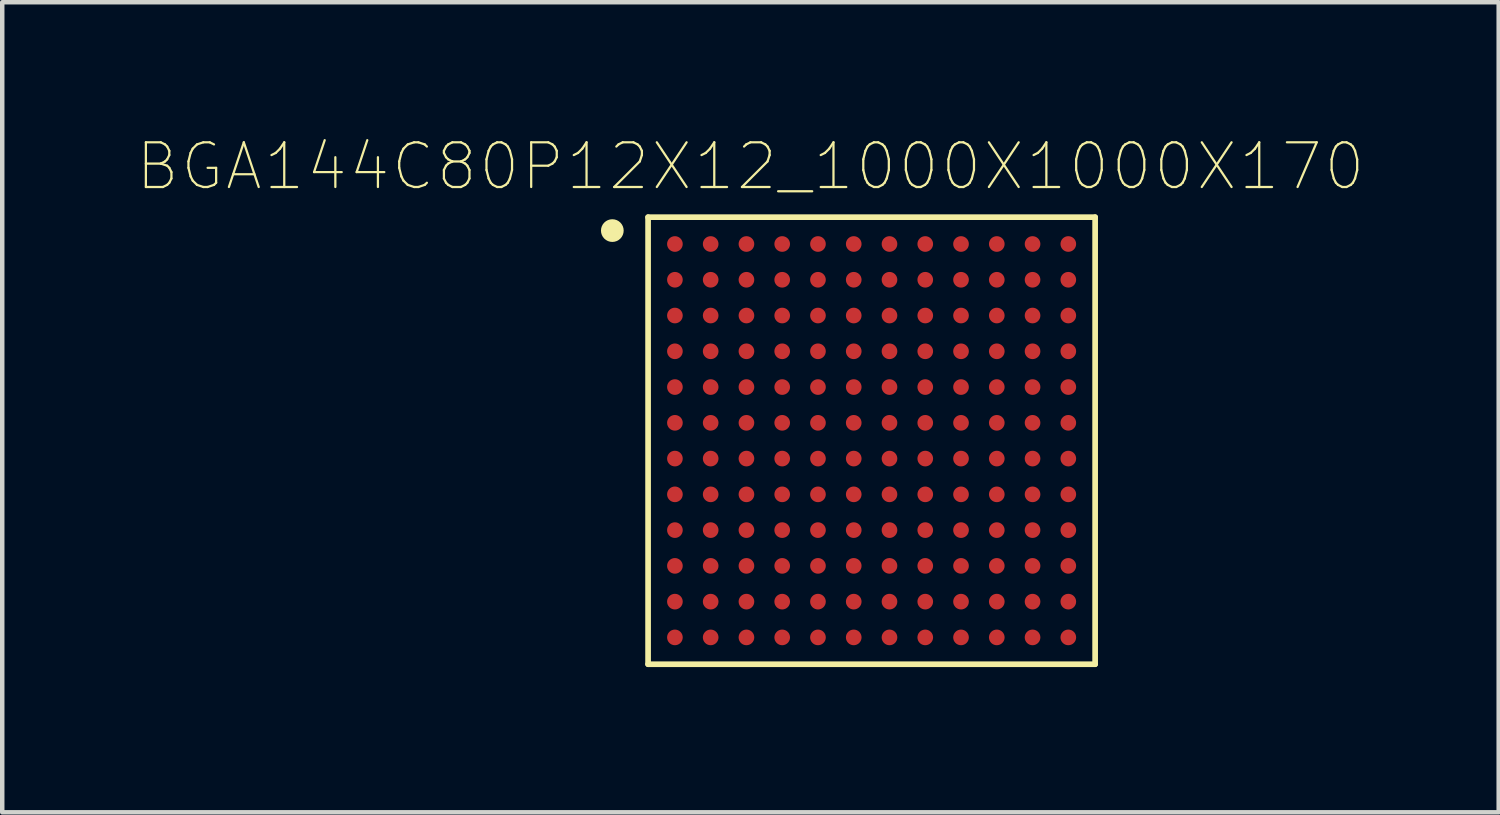
<source format=kicad_pcb>
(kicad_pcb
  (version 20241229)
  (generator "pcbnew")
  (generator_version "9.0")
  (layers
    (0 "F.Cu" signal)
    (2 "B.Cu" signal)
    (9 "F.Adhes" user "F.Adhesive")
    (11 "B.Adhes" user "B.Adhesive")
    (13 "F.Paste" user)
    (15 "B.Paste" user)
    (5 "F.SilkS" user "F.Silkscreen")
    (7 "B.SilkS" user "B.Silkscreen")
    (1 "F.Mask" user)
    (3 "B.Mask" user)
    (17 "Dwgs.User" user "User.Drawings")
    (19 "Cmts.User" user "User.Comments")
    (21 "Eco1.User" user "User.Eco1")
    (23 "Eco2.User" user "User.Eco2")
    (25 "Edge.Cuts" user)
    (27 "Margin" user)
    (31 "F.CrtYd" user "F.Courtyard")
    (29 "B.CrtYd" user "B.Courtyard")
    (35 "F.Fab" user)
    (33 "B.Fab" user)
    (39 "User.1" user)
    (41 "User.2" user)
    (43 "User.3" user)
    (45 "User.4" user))
  (footprint "BGA144C80P12X12_1000X1000X170"
    (layer "F.Cu")
    (at 16.447 6.808)
    (property "Reference" "BGA144C80P12X12_1000X1000X170" (at -2.71 -6.135 0) (layer "F.SilkS") (effects (font (size 1 1) (thickness 0.05))))
    (attr smd)
    (fp_line (start -5 -5) (end 5 -5) (stroke (width 0.127) (type solid)) (layer "F.SilkS"))
    (fp_line (start -5 5) (end -5 -5) (stroke (width 0.127) (type solid)) (layer "F.SilkS"))
    (fp_line (start 5 -5) (end 5 5) (stroke (width 0.127) (type solid)) (layer "F.SilkS"))
    (fp_line (start 5 5) (end -5 5) (stroke (width 0.127) (type solid)) (layer "F.SilkS"))
    (fp_circle (center -5.8 -4.7) (end -5.546 -4.7) (stroke (width 0) (type solid)) (fill yes) (layer "F.SilkS"))
    (fp_line (start -5.25 -5.25) (end 5.25 -5.25) (stroke (width 0.127) (type solid)) (layer "Eco1.User"))
    (fp_line (start -5.25 5.25) (end -5.25 -5.25) (stroke (width 0.127) (type solid)) (layer "Eco1.User"))
    (fp_line (start 5.25 -5.25) (end 5.25 5.25) (stroke (width 0.127) (type solid)) (layer "Eco1.User"))
    (fp_line (start 5.25 5.25) (end -5.25 5.25) (stroke (width 0.127) (type solid)) (layer "Eco1.User"))
    (fp_poly (pts (xy -5 -5) (xy -3.75 -5) (xy -3.75 -3.75) (xy -5 -3.75)) (stroke (width 0.1) (type solid)) (fill no) (layer "Eco2.User"))
    (pad "A1" smd circle (at -4.4 -4.4) (size 0.35 0.35) (layers "F.Cu" "F.Mask" "F.Paste"))
    (pad "A2" smd circle (at -3.6 -4.4) (size 0.35 0.35) (layers "F.Cu" "F.Mask" "F.Paste"))
    (pad "A3" smd circle (at -2.8 -4.4) (size 0.35 0.35) (layers "F.Cu" "F.Mask" "F.Paste"))
    (pad "A4" smd circle (at -2 -4.4) (size 0.35 0.35) (layers "F.Cu" "F.Mask" "F.Paste"))
    (pad "A5" smd circle (at -1.2 -4.4) (size 0.35 0.35) (layers "F.Cu" "F.Mask" "F.Paste"))
    (pad "A6" smd circle (at -0.4 -4.4) (size 0.35 0.35) (layers "F.Cu" "F.Mask" "F.Paste"))
    (pad "A7" smd circle (at 0.4 -4.4) (size 0.35 0.35) (layers "F.Cu" "F.Mask" "F.Paste"))
    (pad "A8" smd circle (at 1.2 -4.4) (size 0.35 0.35) (layers "F.Cu" "F.Mask" "F.Paste"))
    (pad "A9" smd circle (at 2 -4.4) (size 0.35 0.35) (layers "F.Cu" "F.Mask" "F.Paste"))
    (pad "A10" smd circle (at 2.8 -4.4) (size 0.35 0.35) (layers "F.Cu" "F.Mask" "F.Paste"))
    (pad "A11" smd circle (at 3.6 -4.4) (size 0.35 0.35) (layers "F.Cu" "F.Mask" "F.Paste"))
    (pad "A12" smd circle (at 4.4 -4.4) (size 0.35 0.35) (layers "F.Cu" "F.Mask" "F.Paste"))
    (pad "B1" smd circle (at -4.4 -3.6) (size 0.35 0.35) (layers "F.Cu" "F.Mask" "F.Paste"))
    (pad "B2" smd circle (at -3.6 -3.6) (size 0.35 0.35) (layers "F.Cu" "F.Mask" "F.Paste"))
    (pad "B3" smd circle (at -2.8 -3.6) (size 0.35 0.35) (layers "F.Cu" "F.Mask" "F.Paste"))
    (pad "B4" smd circle (at -2 -3.6) (size 0.35 0.35) (layers "F.Cu" "F.Mask" "F.Paste"))
    (pad "B5" smd circle (at -1.2 -3.6) (size 0.35 0.35) (layers "F.Cu" "F.Mask" "F.Paste"))
    (pad "B6" smd circle (at -0.4 -3.6) (size 0.35 0.35) (layers "F.Cu" "F.Mask" "F.Paste"))
    (pad "B7" smd circle (at 0.4 -3.6) (size 0.35 0.35) (layers "F.Cu" "F.Mask" "F.Paste"))
    (pad "B8" smd circle (at 1.2 -3.6) (size 0.35 0.35) (layers "F.Cu" "F.Mask" "F.Paste"))
    (pad "B9" smd circle (at 2 -3.6) (size 0.35 0.35) (layers "F.Cu" "F.Mask" "F.Paste"))
    (pad "B10" smd circle (at 2.8 -3.6) (size 0.35 0.35) (layers "F.Cu" "F.Mask" "F.Paste"))
    (pad "B11" smd circle (at 3.6 -3.6) (size 0.35 0.35) (layers "F.Cu" "F.Mask" "F.Paste"))
    (pad "B12" smd circle (at 4.4 -3.6) (size 0.35 0.35) (layers "F.Cu" "F.Mask" "F.Paste"))
    (pad "C1" smd circle (at -4.4 -2.8) (size 0.35 0.35) (layers "F.Cu" "F.Mask" "F.Paste"))
    (pad "C2" smd circle (at -3.6 -2.8) (size 0.35 0.35) (layers "F.Cu" "F.Mask" "F.Paste"))
    (pad "C3" smd circle (at -2.8 -2.8) (size 0.35 0.35) (layers "F.Cu" "F.Mask" "F.Paste"))
    (pad "C4" smd circle (at -2 -2.8) (size 0.35 0.35) (layers "F.Cu" "F.Mask" "F.Paste"))
    (pad "C5" smd circle (at -1.2 -2.8) (size 0.35 0.35) (layers "F.Cu" "F.Mask" "F.Paste"))
    (pad "C6" smd circle (at -0.4 -2.8) (size 0.35 0.35) (layers "F.Cu" "F.Mask" "F.Paste"))
    (pad "C7" smd circle (at 0.4 -2.8) (size 0.35 0.35) (layers "F.Cu" "F.Mask" "F.Paste"))
    (pad "C8" smd circle (at 1.2 -2.8) (size 0.35 0.35) (layers "F.Cu" "F.Mask" "F.Paste"))
    (pad "C9" smd circle (at 2 -2.8) (size 0.35 0.35) (layers "F.Cu" "F.Mask" "F.Paste"))
    (pad "C10" smd circle (at 2.8 -2.8) (size 0.35 0.35) (layers "F.Cu" "F.Mask" "F.Paste"))
    (pad "C11" smd circle (at 3.6 -2.8) (size 0.35 0.35) (layers "F.Cu" "F.Mask" "F.Paste"))
    (pad "C12" smd circle (at 4.4 -2.8) (size 0.35 0.35) (layers "F.Cu" "F.Mask" "F.Paste"))
    (pad "D1" smd circle (at -4.4 -2) (size 0.35 0.35) (layers "F.Cu" "F.Mask" "F.Paste"))
    (pad "D2" smd circle (at -3.6 -2) (size 0.35 0.35) (layers "F.Cu" "F.Mask" "F.Paste"))
    (pad "D3" smd circle (at -2.8 -2) (size 0.35 0.35) (layers "F.Cu" "F.Mask" "F.Paste"))
    (pad "D4" smd circle (at -2 -2) (size 0.35 0.35) (layers "F.Cu" "F.Mask" "F.Paste"))
    (pad "D5" smd circle (at -1.2 -2) (size 0.35 0.35) (layers "F.Cu" "F.Mask" "F.Paste"))
    (pad "D6" smd circle (at -0.4 -2) (size 0.35 0.35) (layers "F.Cu" "F.Mask" "F.Paste"))
    (pad "D7" smd circle (at 0.4 -2) (size 0.35 0.35) (layers "F.Cu" "F.Mask" "F.Paste"))
    (pad "D8" smd circle (at 1.2 -2) (size 0.35 0.35) (layers "F.Cu" "F.Mask" "F.Paste"))
    (pad "D9" smd circle (at 2 -2) (size 0.35 0.35) (layers "F.Cu" "F.Mask" "F.Paste"))
    (pad "D10" smd circle (at 2.8 -2) (size 0.35 0.35) (layers "F.Cu" "F.Mask" "F.Paste"))
    (pad "D11" smd circle (at 3.6 -2) (size 0.35 0.35) (layers "F.Cu" "F.Mask" "F.Paste"))
    (pad "D12" smd circle (at 4.4 -2) (size 0.35 0.35) (layers "F.Cu" "F.Mask" "F.Paste"))
    (pad "E1" smd circle (at -4.4 -1.2) (size 0.35 0.35) (layers "F.Cu" "F.Mask" "F.Paste"))
    (pad "E2" smd circle (at -3.6 -1.2) (size 0.35 0.35) (layers "F.Cu" "F.Mask" "F.Paste"))
    (pad "E3" smd circle (at -2.8 -1.2) (size 0.35 0.35) (layers "F.Cu" "F.Mask" "F.Paste"))
    (pad "E4" smd circle (at -2 -1.2) (size 0.35 0.35) (layers "F.Cu" "F.Mask" "F.Paste"))
    (pad "E5" smd circle (at -1.2 -1.2) (size 0.35 0.35) (layers "F.Cu" "F.Mask" "F.Paste"))
    (pad "E6" smd circle (at -0.4 -1.2) (size 0.35 0.35) (layers "F.Cu" "F.Mask" "F.Paste"))
    (pad "E7" smd circle (at 0.4 -1.2) (size 0.35 0.35) (layers "F.Cu" "F.Mask" "F.Paste"))
    (pad "E8" smd circle (at 1.2 -1.2) (size 0.35 0.35) (layers "F.Cu" "F.Mask" "F.Paste"))
    (pad "E9" smd circle (at 2 -1.2) (size 0.35 0.35) (layers "F.Cu" "F.Mask" "F.Paste"))
    (pad "E10" smd circle (at 2.8 -1.2) (size 0.35 0.35) (layers "F.Cu" "F.Mask" "F.Paste"))
    (pad "E11" smd circle (at 3.6 -1.2) (size 0.35 0.35) (layers "F.Cu" "F.Mask" "F.Paste"))
    (pad "E12" smd circle (at 4.4 -1.2) (size 0.35 0.35) (layers "F.Cu" "F.Mask" "F.Paste"))
    (pad "F1" smd circle (at -4.4 -0.4) (size 0.35 0.35) (layers "F.Cu" "F.Mask" "F.Paste"))
    (pad "F2" smd circle (at -3.6 -0.4) (size 0.35 0.35) (layers "F.Cu" "F.Mask" "F.Paste"))
    (pad "F3" smd circle (at -2.8 -0.4) (size 0.35 0.35) (layers "F.Cu" "F.Mask" "F.Paste"))
    (pad "F4" smd circle (at -2 -0.4) (size 0.35 0.35) (layers "F.Cu" "F.Mask" "F.Paste"))
    (pad "F5" smd circle (at -1.2 -0.4) (size 0.35 0.35) (layers "F.Cu" "F.Mask" "F.Paste"))
    (pad "F6" smd circle (at -0.4 -0.4) (size 0.35 0.35) (layers "F.Cu" "F.Mask" "F.Paste"))
    (pad "F7" smd circle (at 0.4 -0.4) (size 0.35 0.35) (layers "F.Cu" "F.Mask" "F.Paste"))
    (pad "F8" smd circle (at 1.2 -0.4) (size 0.35 0.35) (layers "F.Cu" "F.Mask" "F.Paste"))
    (pad "F9" smd circle (at 2 -0.4) (size 0.35 0.35) (layers "F.Cu" "F.Mask" "F.Paste"))
    (pad "F10" smd circle (at 2.8 -0.4) (size 0.35 0.35) (layers "F.Cu" "F.Mask" "F.Paste"))
    (pad "F11" smd circle (at 3.6 -0.4) (size 0.35 0.35) (layers "F.Cu" "F.Mask" "F.Paste"))
    (pad "F12" smd circle (at 4.4 -0.4) (size 0.35 0.35) (layers "F.Cu" "F.Mask" "F.Paste"))
    (pad "G1" smd circle (at -4.4 0.4) (size 0.35 0.35) (layers "F.Cu" "F.Mask" "F.Paste"))
    (pad "G2" smd circle (at -3.6 0.4) (size 0.35 0.35) (layers "F.Cu" "F.Mask" "F.Paste"))
    (pad "G3" smd circle (at -2.8 0.4) (size 0.35 0.35) (layers "F.Cu" "F.Mask" "F.Paste"))
    (pad "G4" smd circle (at -2 0.4) (size 0.35 0.35) (layers "F.Cu" "F.Mask" "F.Paste"))
    (pad "G5" smd circle (at -1.2 0.4) (size 0.35 0.35) (layers "F.Cu" "F.Mask" "F.Paste"))
    (pad "G6" smd circle (at -0.4 0.4) (size 0.35 0.35) (layers "F.Cu" "F.Mask" "F.Paste"))
    (pad "G7" smd circle (at 0.4 0.4) (size 0.35 0.35) (layers "F.Cu" "F.Mask" "F.Paste"))
    (pad "G8" smd circle (at 1.2 0.4) (size 0.35 0.35) (layers "F.Cu" "F.Mask" "F.Paste"))
    (pad "G9" smd circle (at 2 0.4) (size 0.35 0.35) (layers "F.Cu" "F.Mask" "F.Paste"))
    (pad "G10" smd circle (at 2.8 0.4) (size 0.35 0.35) (layers "F.Cu" "F.Mask" "F.Paste"))
    (pad "G11" smd circle (at 3.6 0.4) (size 0.35 0.35) (layers "F.Cu" "F.Mask" "F.Paste"))
    (pad "G12" smd circle (at 4.4 0.4) (size 0.35 0.35) (layers "F.Cu" "F.Mask" "F.Paste"))
    (pad "H1" smd circle (at -4.4 1.2) (size 0.35 0.35) (layers "F.Cu" "F.Mask" "F.Paste"))
    (pad "H2" smd circle (at -3.6 1.2) (size 0.35 0.35) (layers "F.Cu" "F.Mask" "F.Paste"))
    (pad "H3" smd circle (at -2.8 1.2) (size 0.35 0.35) (layers "F.Cu" "F.Mask" "F.Paste"))
    (pad "H4" smd circle (at -2 1.2) (size 0.35 0.35) (layers "F.Cu" "F.Mask" "F.Paste"))
    (pad "H5" smd circle (at -1.2 1.2) (size 0.35 0.35) (layers "F.Cu" "F.Mask" "F.Paste"))
    (pad "H6" smd circle (at -0.4 1.2) (size 0.35 0.35) (layers "F.Cu" "F.Mask" "F.Paste"))
    (pad "H7" smd circle (at 0.4 1.2) (size 0.35 0.35) (layers "F.Cu" "F.Mask" "F.Paste"))
    (pad "H8" smd circle (at 1.2 1.2) (size 0.35 0.35) (layers "F.Cu" "F.Mask" "F.Paste"))
    (pad "H9" smd circle (at 2 1.2) (size 0.35 0.35) (layers "F.Cu" "F.Mask" "F.Paste"))
    (pad "H10" smd circle (at 2.8 1.2) (size 0.35 0.35) (layers "F.Cu" "F.Mask" "F.Paste"))
    (pad "H11" smd circle (at 3.6 1.2) (size 0.35 0.35) (layers "F.Cu" "F.Mask" "F.Paste"))
    (pad "H12" smd circle (at 4.4 1.2) (size 0.35 0.35) (layers "F.Cu" "F.Mask" "F.Paste"))
    (pad "J1" smd circle (at -4.4 2) (size 0.35 0.35) (layers "F.Cu" "F.Mask" "F.Paste"))
    (pad "J2" smd circle (at -3.6 2) (size 0.35 0.35) (layers "F.Cu" "F.Mask" "F.Paste"))
    (pad "J3" smd circle (at -2.8 2) (size 0.35 0.35) (layers "F.Cu" "F.Mask" "F.Paste"))
    (pad "J4" smd circle (at -2 2) (size 0.35 0.35) (layers "F.Cu" "F.Mask" "F.Paste"))
    (pad "J5" smd circle (at -1.2 2) (size 0.35 0.35) (layers "F.Cu" "F.Mask" "F.Paste"))
    (pad "J6" smd circle (at -0.4 2) (size 0.35 0.35) (layers "F.Cu" "F.Mask" "F.Paste"))
    (pad "J7" smd circle (at 0.4 2) (size 0.35 0.35) (layers "F.Cu" "F.Mask" "F.Paste"))
    (pad "J8" smd circle (at 1.2 2) (size 0.35 0.35) (layers "F.Cu" "F.Mask" "F.Paste"))
    (pad "J9" smd circle (at 2 2) (size 0.35 0.35) (layers "F.Cu" "F.Mask" "F.Paste"))
    (pad "J10" smd circle (at 2.8 2) (size 0.35 0.35) (layers "F.Cu" "F.Mask" "F.Paste"))
    (pad "J11" smd circle (at 3.6 2) (size 0.35 0.35) (layers "F.Cu" "F.Mask" "F.Paste"))
    (pad "J12" smd circle (at 4.4 2) (size 0.35 0.35) (layers "F.Cu" "F.Mask" "F.Paste"))
    (pad "K1" smd circle (at -4.4 2.8) (size 0.35 0.35) (layers "F.Cu" "F.Mask" "F.Paste"))
    (pad "K2" smd circle (at -3.6 2.8) (size 0.35 0.35) (layers "F.Cu" "F.Mask" "F.Paste"))
    (pad "K3" smd circle (at -2.8 2.8) (size 0.35 0.35) (layers "F.Cu" "F.Mask" "F.Paste"))
    (pad "K4" smd circle (at -2 2.8) (size 0.35 0.35) (layers "F.Cu" "F.Mask" "F.Paste"))
    (pad "K5" smd circle (at -1.2 2.8) (size 0.35 0.35) (layers "F.Cu" "F.Mask" "F.Paste"))
    (pad "K6" smd circle (at -0.4 2.8) (size 0.35 0.35) (layers "F.Cu" "F.Mask" "F.Paste"))
    (pad "K7" smd circle (at 0.4 2.8) (size 0.35 0.35) (layers "F.Cu" "F.Mask" "F.Paste"))
    (pad "K8" smd circle (at 1.2 2.8) (size 0.35 0.35) (layers "F.Cu" "F.Mask" "F.Paste"))
    (pad "K9" smd circle (at 2 2.8) (size 0.35 0.35) (layers "F.Cu" "F.Mask" "F.Paste"))
    (pad "K10" smd circle (at 2.8 2.8) (size 0.35 0.35) (layers "F.Cu" "F.Mask" "F.Paste"))
    (pad "K11" smd circle (at 3.6 2.8) (size 0.35 0.35) (layers "F.Cu" "F.Mask" "F.Paste"))
    (pad "K12" smd circle (at 4.4 2.8) (size 0.35 0.35) (layers "F.Cu" "F.Mask" "F.Paste"))
    (pad "L1" smd circle (at -4.4 3.6) (size 0.35 0.35) (layers "F.Cu" "F.Mask" "F.Paste"))
    (pad "L2" smd circle (at -3.6 3.6) (size 0.35 0.35) (layers "F.Cu" "F.Mask" "F.Paste"))
    (pad "L3" smd circle (at -2.8 3.6) (size 0.35 0.35) (layers "F.Cu" "F.Mask" "F.Paste"))
    (pad "L4" smd circle (at -2 3.6) (size 0.35 0.35) (layers "F.Cu" "F.Mask" "F.Paste"))
    (pad "L5" smd circle (at -1.2 3.6) (size 0.35 0.35) (layers "F.Cu" "F.Mask" "F.Paste"))
    (pad "L6" smd circle (at -0.4 3.6) (size 0.35 0.35) (layers "F.Cu" "F.Mask" "F.Paste"))
    (pad "L7" smd circle (at 0.4 3.6) (size 0.35 0.35) (layers "F.Cu" "F.Mask" "F.Paste"))
    (pad "L8" smd circle (at 1.2 3.6) (size 0.35 0.35) (layers "F.Cu" "F.Mask" "F.Paste"))
    (pad "L9" smd circle (at 2 3.6) (size 0.35 0.35) (layers "F.Cu" "F.Mask" "F.Paste"))
    (pad "L10" smd circle (at 2.8 3.6) (size 0.35 0.35) (layers "F.Cu" "F.Mask" "F.Paste"))
    (pad "L11" smd circle (at 3.6 3.6) (size 0.35 0.35) (layers "F.Cu" "F.Mask" "F.Paste"))
    (pad "L12" smd circle (at 4.4 3.6) (size 0.35 0.35) (layers "F.Cu" "F.Mask" "F.Paste"))
    (pad "M1" smd circle (at -4.4 4.4) (size 0.35 0.35) (layers "F.Cu" "F.Mask" "F.Paste"))
    (pad "M2" smd circle (at -3.6 4.4) (size 0.35 0.35) (layers "F.Cu" "F.Mask" "F.Paste"))
    (pad "M3" smd circle (at -2.8 4.4) (size 0.35 0.35) (layers "F.Cu" "F.Mask" "F.Paste"))
    (pad "M4" smd circle (at -2 4.4) (size 0.35 0.35) (layers "F.Cu" "F.Mask" "F.Paste"))
    (pad "M5" smd circle (at -1.2 4.4) (size 0.35 0.35) (layers "F.Cu" "F.Mask" "F.Paste"))
    (pad "M6" smd circle (at -0.4 4.4) (size 0.35 0.35) (layers "F.Cu" "F.Mask" "F.Paste"))
    (pad "M7" smd circle (at 0.4 4.4) (size 0.35 0.35) (layers "F.Cu" "F.Mask" "F.Paste"))
    (pad "M8" smd circle (at 1.2 4.4) (size 0.35 0.35) (layers "F.Cu" "F.Mask" "F.Paste"))
    (pad "M9" smd circle (at 2 4.4) (size 0.35 0.35) (layers "F.Cu" "F.Mask" "F.Paste"))
    (pad "M10" smd circle (at 2.8 4.4) (size 0.35 0.35) (layers "F.Cu" "F.Mask" "F.Paste"))
    (pad "M11" smd circle (at 3.6 4.4) (size 0.35 0.35) (layers "F.Cu" "F.Mask" "F.Paste"))
    (pad "M12" smd circle (at 4.4 4.4) (size 0.35 0.35) (layers "F.Cu" "F.Mask" "F.Paste")))
  (gr_rect
    (start -3 -3)
    (end 30.474 15.121)
    (stroke (width 0.1) (type default))
    (fill no)
    (layer "Edge.Cuts")))
</source>
